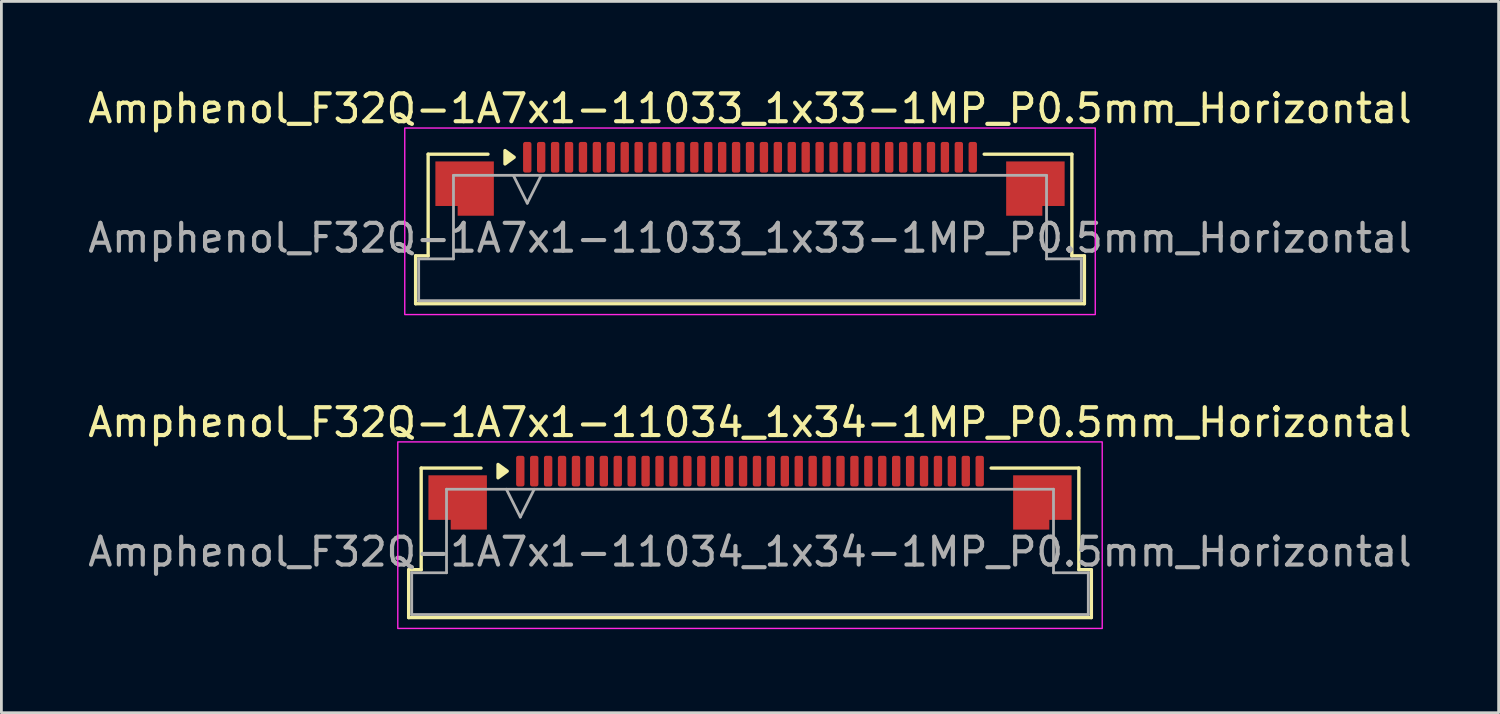
<source format=kicad_pcb>
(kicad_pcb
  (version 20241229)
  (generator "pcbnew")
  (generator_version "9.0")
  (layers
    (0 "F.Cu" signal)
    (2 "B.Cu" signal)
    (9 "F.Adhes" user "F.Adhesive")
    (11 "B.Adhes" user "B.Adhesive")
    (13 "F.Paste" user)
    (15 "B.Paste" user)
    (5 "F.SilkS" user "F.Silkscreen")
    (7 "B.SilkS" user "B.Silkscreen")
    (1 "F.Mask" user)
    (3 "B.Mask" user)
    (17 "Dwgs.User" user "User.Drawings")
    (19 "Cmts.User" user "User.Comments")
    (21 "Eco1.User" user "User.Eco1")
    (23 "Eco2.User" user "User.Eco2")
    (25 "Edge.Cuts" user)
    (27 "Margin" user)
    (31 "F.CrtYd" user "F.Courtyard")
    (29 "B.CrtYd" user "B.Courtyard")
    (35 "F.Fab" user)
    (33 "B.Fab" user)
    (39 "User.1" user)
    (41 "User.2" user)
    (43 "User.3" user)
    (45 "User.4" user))
  (footprint "Amphenol_F32Q-1A7x1-11034_1x34-1MP_P0.5mm_Horizontal"
    (layer "F.Cu")
    (at 23.887 16.771)
    (property "Reference" "Amphenol_F32Q-1A7x1-11034_1x34-1MP_P0.5mm_Horizontal" (at 0 -4.65 0) (layer "F.SilkS") (effects (font (size 1 1) (thickness 0.15))))
    (attr smd)
    (fp_line (start -12.26 0.64) (end -11.81 0.64) (stroke (width 0.12) (type solid)) (layer "F.SilkS"))
    (fp_line (start -12.26 2.36) (end -12.26 0.64) (stroke (width 0.12) (type solid)) (layer "F.SilkS"))
    (fp_line (start -11.81 -3.01) (end -9.66 -3.01) (stroke (width 0.12) (type solid)) (layer "F.SilkS"))
    (fp_line (start -11.81 0.64) (end -11.81 -3.01) (stroke (width 0.12) (type solid)) (layer "F.SilkS"))
    (fp_line (start 8.66 -3.01) (end 11.81 -3.01) (stroke (width 0.12) (type solid)) (layer "F.SilkS"))
    (fp_line (start 11.81 -3.01) (end 11.81 0.64) (stroke (width 0.12) (type solid)) (layer "F.SilkS"))
    (fp_line (start 11.81 0.64) (end 12.26 0.64) (stroke (width 0.12) (type solid)) (layer "F.SilkS"))
    (fp_line (start 12.26 0.64) (end 12.26 2.36) (stroke (width 0.12) (type solid)) (layer "F.SilkS"))
    (fp_line (start 12.26 2.36) (end -12.26 2.36) (stroke (width 0.12) (type solid)) (layer "F.SilkS"))
    (fp_poly (pts (xy -8.72 -2.9) (xy -9.05 -2.66) (xy -9.05 -3.14)) (stroke (width 0.12) (type solid)) (fill yes) (layer "F.SilkS"))
    (fp_rect (start -12.65 -3.95) (end 12.65 2.75) (stroke (width 0.05) (type solid)) (fill no) (layer "F.CrtYd"))
    (fp_line (start -12.15 0.75) (end -10.9 0.75) (stroke (width 0.1) (type solid)) (layer "F.Fab"))
    (fp_line (start -12.15 2.25) (end -12.15 0.75) (stroke (width 0.1) (type solid)) (layer "F.Fab"))
    (fp_line (start -10.9 -2.25) (end 10.9 -2.25) (stroke (width 0.1) (type solid)) (layer "F.Fab"))
    (fp_line (start -10.9 0.75) (end -10.9 -2.25) (stroke (width 0.1) (type solid)) (layer "F.Fab"))
    (fp_line (start -8.75 -2.25) (end -8.25 -1.25) (stroke (width 0.1) (type solid)) (layer "F.Fab"))
    (fp_line (start -8.25 -1.25) (end -7.75 -2.25) (stroke (width 0.1) (type solid)) (layer "F.Fab"))
    (fp_line (start 10.9 -2.25) (end 10.9 0.75) (stroke (width 0.1) (type solid)) (layer "F.Fab"))
    (fp_line (start 10.9 0.75) (end 12.15 0.75) (stroke (width 0.1) (type solid)) (layer "F.Fab"))
    (fp_line (start 12.15 0.75) (end 12.15 2.25) (stroke (width 0.1) (type solid)) (layer "F.Fab"))
    (fp_line (start 12.15 2.25) (end -12.15 2.25) (stroke (width 0.1) (type solid)) (layer "F.Fab"))
    (fp_text user "${REFERENCE}" (at 0 0 0) (layer "F.Fab") (effects (font (size 1 1) (thickness 0.15))))
    (pad "1" smd roundrect (at -8.25 -2.9) (size 0.3 1.1) (layers "F.Cu" "F.Mask" "F.Paste") (roundrect_rratio 0.25))
    (pad "2" smd roundrect (at -7.75 -2.9) (size 0.3 1.1) (layers "F.Cu" "F.Mask" "F.Paste") (roundrect_rratio 0.25))
    (pad "3" smd roundrect (at -7.25 -2.9) (size 0.3 1.1) (layers "F.Cu" "F.Mask" "F.Paste") (roundrect_rratio 0.25))
    (pad "4" smd roundrect (at -6.75 -2.9) (size 0.3 1.1) (layers "F.Cu" "F.Mask" "F.Paste") (roundrect_rratio 0.25))
    (pad "5" smd roundrect (at -6.25 -2.9) (size 0.3 1.1) (layers "F.Cu" "F.Mask" "F.Paste") (roundrect_rratio 0.25))
    (pad "6" smd roundrect (at -5.75 -2.9) (size 0.3 1.1) (layers "F.Cu" "F.Mask" "F.Paste") (roundrect_rratio 0.25))
    (pad "7" smd roundrect (at -5.25 -2.9) (size 0.3 1.1) (layers "F.Cu" "F.Mask" "F.Paste") (roundrect_rratio 0.25))
    (pad "8" smd roundrect (at -4.75 -2.9) (size 0.3 1.1) (layers "F.Cu" "F.Mask" "F.Paste") (roundrect_rratio 0.25))
    (pad "9" smd roundrect (at -4.25 -2.9) (size 0.3 1.1) (layers "F.Cu" "F.Mask" "F.Paste") (roundrect_rratio 0.25))
    (pad "10" smd roundrect (at -3.75 -2.9) (size 0.3 1.1) (layers "F.Cu" "F.Mask" "F.Paste") (roundrect_rratio 0.25))
    (pad "11" smd roundrect (at -3.25 -2.9) (size 0.3 1.1) (layers "F.Cu" "F.Mask" "F.Paste") (roundrect_rratio 0.25))
    (pad "12" smd roundrect (at -2.75 -2.9) (size 0.3 1.1) (layers "F.Cu" "F.Mask" "F.Paste") (roundrect_rratio 0.25))
    (pad "13" smd roundrect (at -2.25 -2.9) (size 0.3 1.1) (layers "F.Cu" "F.Mask" "F.Paste") (roundrect_rratio 0.25))
    (pad "14" smd roundrect (at -1.75 -2.9) (size 0.3 1.1) (layers "F.Cu" "F.Mask" "F.Paste") (roundrect_rratio 0.25))
    (pad "15" smd roundrect (at -1.25 -2.9) (size 0.3 1.1) (layers "F.Cu" "F.Mask" "F.Paste") (roundrect_rratio 0.25))
    (pad "16" smd roundrect (at -0.75 -2.9) (size 0.3 1.1) (layers "F.Cu" "F.Mask" "F.Paste") (roundrect_rratio 0.25))
    (pad "17" smd roundrect (at -0.25 -2.9) (size 0.3 1.1) (layers "F.Cu" "F.Mask" "F.Paste") (roundrect_rratio 0.25))
    (pad "18" smd roundrect (at 0.25 -2.9) (size 0.3 1.1) (layers "F.Cu" "F.Mask" "F.Paste") (roundrect_rratio 0.25))
    (pad "19" smd roundrect (at 0.75 -2.9) (size 0.3 1.1) (layers "F.Cu" "F.Mask" "F.Paste") (roundrect_rratio 0.25))
    (pad "20" smd roundrect (at 1.25 -2.9) (size 0.3 1.1) (layers "F.Cu" "F.Mask" "F.Paste") (roundrect_rratio 0.25))
    (pad "21" smd roundrect (at 1.75 -2.9) (size 0.3 1.1) (layers "F.Cu" "F.Mask" "F.Paste") (roundrect_rratio 0.25))
    (pad "22" smd roundrect (at 2.25 -2.9) (size 0.3 1.1) (layers "F.Cu" "F.Mask" "F.Paste") (roundrect_rratio 0.25))
    (pad "23" smd roundrect (at 2.75 -2.9) (size 0.3 1.1) (layers "F.Cu" "F.Mask" "F.Paste") (roundrect_rratio 0.25))
    (pad "24" smd roundrect (at 3.25 -2.9) (size 0.3 1.1) (layers "F.Cu" "F.Mask" "F.Paste") (roundrect_rratio 0.25))
    (pad "25" smd roundrect (at 3.75 -2.9) (size 0.3 1.1) (layers "F.Cu" "F.Mask" "F.Paste") (roundrect_rratio 0.25))
    (pad "26" smd roundrect (at 4.25 -2.9) (size 0.3 1.1) (layers "F.Cu" "F.Mask" "F.Paste") (roundrect_rratio 0.25))
    (pad "27" smd roundrect (at 4.75 -2.9) (size 0.3 1.1) (layers "F.Cu" "F.Mask" "F.Paste") (roundrect_rratio 0.25))
    (pad "28" smd roundrect (at 5.25 -2.9) (size 0.3 1.1) (layers "F.Cu" "F.Mask" "F.Paste") (roundrect_rratio 0.25))
    (pad "29" smd roundrect (at 5.75 -2.9) (size 0.3 1.1) (layers "F.Cu" "F.Mask" "F.Paste") (roundrect_rratio 0.25))
    (pad "30" smd roundrect (at 6.25 -2.9) (size 0.3 1.1) (layers "F.Cu" "F.Mask" "F.Paste") (roundrect_rratio 0.25))
    (pad "31" smd roundrect (at 6.75 -2.9) (size 0.3 1.1) (layers "F.Cu" "F.Mask" "F.Paste") (roundrect_rratio 0.25))
    (pad "32" smd roundrect (at 7.25 -2.9) (size 0.3 1.1) (layers "F.Cu" "F.Mask" "F.Paste") (roundrect_rratio 0.25))
    (pad "33" smd roundrect (at 7.75 -2.9) (size 0.3 1.1) (layers "F.Cu" "F.Mask" "F.Paste") (roundrect_rratio 0.25))
    (pad "34" smd roundrect (at 8.25 -2.9) (size 0.3 1.1) (layers "F.Cu" "F.Mask" "F.Paste") (roundrect_rratio 0.25))
    (pad "MP" smd custom (at -10.5 -1.775) (size 1 1) (layers "F.Cu" "F.Mask" "F.Paste") (options (anchor circle)) (primitives (gr_poly (pts (xy 1.05 -0.975) (xy 1.05 0.975) (xy -0.25 0.975) (xy -0.25 0.625) (xy -1.05 0.625) (xy -1.05 -0.975)) (width 0) (fill yes))))
    (pad "MP" smd custom (at 10.5 -1.775) (size 1 1) (layers "F.Cu" "F.Mask" "F.Paste") (options (anchor circle)) (primitives (gr_poly (pts (xy -1.05 -0.975) (xy -1.05 0.975) (xy 0.25 0.975) (xy 0.25 0.625) (xy 1.05 0.625) (xy 1.05 -0.975)) (width 0) (fill yes)))))
  (footprint "Amphenol_F32Q-1A7x1-11033_1x33-1MP_P0.5mm_Horizontal"
    (layer "F.Cu")
    (at 23.887 5.498)
    (property "Reference" "Amphenol_F32Q-1A7x1-11033_1x33-1MP_P0.5mm_Horizontal" (at 0 -4.65 0) (layer "F.SilkS") (effects (font (size 1 1) (thickness 0.15))))
    (attr smd)
    (fp_line (start -12.01 0.64) (end -11.56 0.64) (stroke (width 0.12) (type solid)) (layer "F.SilkS"))
    (fp_line (start -12.01 2.36) (end -12.01 0.64) (stroke (width 0.12) (type solid)) (layer "F.SilkS"))
    (fp_line (start -11.56 -3.01) (end -9.41 -3.01) (stroke (width 0.12) (type solid)) (layer "F.SilkS"))
    (fp_line (start -11.56 0.64) (end -11.56 -3.01) (stroke (width 0.12) (type solid)) (layer "F.SilkS"))
    (fp_line (start 8.41 -3.01) (end 11.56 -3.01) (stroke (width 0.12) (type solid)) (layer "F.SilkS"))
    (fp_line (start 11.56 -3.01) (end 11.56 0.64) (stroke (width 0.12) (type solid)) (layer "F.SilkS"))
    (fp_line (start 11.56 0.64) (end 12.01 0.64) (stroke (width 0.12) (type solid)) (layer "F.SilkS"))
    (fp_line (start 12.01 0.64) (end 12.01 2.36) (stroke (width 0.12) (type solid)) (layer "F.SilkS"))
    (fp_line (start 12.01 2.36) (end -12.01 2.36) (stroke (width 0.12) (type solid)) (layer "F.SilkS"))
    (fp_poly (pts (xy -8.47 -2.9) (xy -8.8 -2.66) (xy -8.8 -3.14)) (stroke (width 0.12) (type solid)) (fill yes) (layer "F.SilkS"))
    (fp_rect (start -12.4 -3.95) (end 12.4 2.75) (stroke (width 0.05) (type solid)) (fill no) (layer "F.CrtYd"))
    (fp_line (start -11.9 0.75) (end -10.65 0.75) (stroke (width 0.1) (type solid)) (layer "F.Fab"))
    (fp_line (start -11.9 2.25) (end -11.9 0.75) (stroke (width 0.1) (type solid)) (layer "F.Fab"))
    (fp_line (start -10.65 -2.25) (end 10.65 -2.25) (stroke (width 0.1) (type solid)) (layer "F.Fab"))
    (fp_line (start -10.65 0.75) (end -10.65 -2.25) (stroke (width 0.1) (type solid)) (layer "F.Fab"))
    (fp_line (start -8.5 -2.25) (end -8 -1.25) (stroke (width 0.1) (type solid)) (layer "F.Fab"))
    (fp_line (start -8 -1.25) (end -7.5 -2.25) (stroke (width 0.1) (type solid)) (layer "F.Fab"))
    (fp_line (start 10.65 -2.25) (end 10.65 0.75) (stroke (width 0.1) (type solid)) (layer "F.Fab"))
    (fp_line (start 10.65 0.75) (end 11.9 0.75) (stroke (width 0.1) (type solid)) (layer "F.Fab"))
    (fp_line (start 11.9 0.75) (end 11.9 2.25) (stroke (width 0.1) (type solid)) (layer "F.Fab"))
    (fp_line (start 11.9 2.25) (end -11.9 2.25) (stroke (width 0.1) (type solid)) (layer "F.Fab"))
    (fp_text user "${REFERENCE}" (at 0 0 0) (layer "F.Fab") (effects (font (size 1 1) (thickness 0.15))))
    (pad "1" smd roundrect (at -8 -2.9) (size 0.3 1.1) (layers "F.Cu" "F.Mask" "F.Paste") (roundrect_rratio 0.25))
    (pad "2" smd roundrect (at -7.5 -2.9) (size 0.3 1.1) (layers "F.Cu" "F.Mask" "F.Paste") (roundrect_rratio 0.25))
    (pad "3" smd roundrect (at -7 -2.9) (size 0.3 1.1) (layers "F.Cu" "F.Mask" "F.Paste") (roundrect_rratio 0.25))
    (pad "4" smd roundrect (at -6.5 -2.9) (size 0.3 1.1) (layers "F.Cu" "F.Mask" "F.Paste") (roundrect_rratio 0.25))
    (pad "5" smd roundrect (at -6 -2.9) (size 0.3 1.1) (layers "F.Cu" "F.Mask" "F.Paste") (roundrect_rratio 0.25))
    (pad "6" smd roundrect (at -5.5 -2.9) (size 0.3 1.1) (layers "F.Cu" "F.Mask" "F.Paste") (roundrect_rratio 0.25))
    (pad "7" smd roundrect (at -5 -2.9) (size 0.3 1.1) (layers "F.Cu" "F.Mask" "F.Paste") (roundrect_rratio 0.25))
    (pad "8" smd roundrect (at -4.5 -2.9) (size 0.3 1.1) (layers "F.Cu" "F.Mask" "F.Paste") (roundrect_rratio 0.25))
    (pad "9" smd roundrect (at -4 -2.9) (size 0.3 1.1) (layers "F.Cu" "F.Mask" "F.Paste") (roundrect_rratio 0.25))
    (pad "10" smd roundrect (at -3.5 -2.9) (size 0.3 1.1) (layers "F.Cu" "F.Mask" "F.Paste") (roundrect_rratio 0.25))
    (pad "11" smd roundrect (at -3 -2.9) (size 0.3 1.1) (layers "F.Cu" "F.Mask" "F.Paste") (roundrect_rratio 0.25))
    (pad "12" smd roundrect (at -2.5 -2.9) (size 0.3 1.1) (layers "F.Cu" "F.Mask" "F.Paste") (roundrect_rratio 0.25))
    (pad "13" smd roundrect (at -2 -2.9) (size 0.3 1.1) (layers "F.Cu" "F.Mask" "F.Paste") (roundrect_rratio 0.25))
    (pad "14" smd roundrect (at -1.5 -2.9) (size 0.3 1.1) (layers "F.Cu" "F.Mask" "F.Paste") (roundrect_rratio 0.25))
    (pad "15" smd roundrect (at -1 -2.9) (size 0.3 1.1) (layers "F.Cu" "F.Mask" "F.Paste") (roundrect_rratio 0.25))
    (pad "16" smd roundrect (at -0.5 -2.9) (size 0.3 1.1) (layers "F.Cu" "F.Mask" "F.Paste") (roundrect_rratio 0.25))
    (pad "17" smd roundrect (at 0 -2.9) (size 0.3 1.1) (layers "F.Cu" "F.Mask" "F.Paste") (roundrect_rratio 0.25))
    (pad "18" smd roundrect (at 0.5 -2.9) (size 0.3 1.1) (layers "F.Cu" "F.Mask" "F.Paste") (roundrect_rratio 0.25))
    (pad "19" smd roundrect (at 1 -2.9) (size 0.3 1.1) (layers "F.Cu" "F.Mask" "F.Paste") (roundrect_rratio 0.25))
    (pad "20" smd roundrect (at 1.5 -2.9) (size 0.3 1.1) (layers "F.Cu" "F.Mask" "F.Paste") (roundrect_rratio 0.25))
    (pad "21" smd roundrect (at 2 -2.9) (size 0.3 1.1) (layers "F.Cu" "F.Mask" "F.Paste") (roundrect_rratio 0.25))
    (pad "22" smd roundrect (at 2.5 -2.9) (size 0.3 1.1) (layers "F.Cu" "F.Mask" "F.Paste") (roundrect_rratio 0.25))
    (pad "23" smd roundrect (at 3 -2.9) (size 0.3 1.1) (layers "F.Cu" "F.Mask" "F.Paste") (roundrect_rratio 0.25))
    (pad "24" smd roundrect (at 3.5 -2.9) (size 0.3 1.1) (layers "F.Cu" "F.Mask" "F.Paste") (roundrect_rratio 0.25))
    (pad "25" smd roundrect (at 4 -2.9) (size 0.3 1.1) (layers "F.Cu" "F.Mask" "F.Paste") (roundrect_rratio 0.25))
    (pad "26" smd roundrect (at 4.5 -2.9) (size 0.3 1.1) (layers "F.Cu" "F.Mask" "F.Paste") (roundrect_rratio 0.25))
    (pad "27" smd roundrect (at 5 -2.9) (size 0.3 1.1) (layers "F.Cu" "F.Mask" "F.Paste") (roundrect_rratio 0.25))
    (pad "28" smd roundrect (at 5.5 -2.9) (size 0.3 1.1) (layers "F.Cu" "F.Mask" "F.Paste") (roundrect_rratio 0.25))
    (pad "29" smd roundrect (at 6 -2.9) (size 0.3 1.1) (layers "F.Cu" "F.Mask" "F.Paste") (roundrect_rratio 0.25))
    (pad "30" smd roundrect (at 6.5 -2.9) (size 0.3 1.1) (layers "F.Cu" "F.Mask" "F.Paste") (roundrect_rratio 0.25))
    (pad "31" smd roundrect (at 7 -2.9) (size 0.3 1.1) (layers "F.Cu" "F.Mask" "F.Paste") (roundrect_rratio 0.25))
    (pad "32" smd roundrect (at 7.5 -2.9) (size 0.3 1.1) (layers "F.Cu" "F.Mask" "F.Paste") (roundrect_rratio 0.25))
    (pad "33" smd roundrect (at 8 -2.9) (size 0.3 1.1) (layers "F.Cu" "F.Mask" "F.Paste") (roundrect_rratio 0.25))
    (pad "MP" smd custom (at -10.25 -1.775) (size 1 1) (layers "F.Cu" "F.Mask" "F.Paste") (options (anchor circle)) (primitives (gr_poly (pts (xy 1.05 -0.975) (xy 1.05 0.975) (xy -0.25 0.975) (xy -0.25 0.625) (xy -1.05 0.625) (xy -1.05 -0.975)) (width 0) (fill yes))))
    (pad "MP" smd custom (at 10.25 -1.775) (size 1 1) (layers "F.Cu" "F.Mask" "F.Paste") (options (anchor circle)) (primitives (gr_poly (pts (xy -1.05 -0.975) (xy -1.05 0.975) (xy 0.25 0.975) (xy 0.25 0.625) (xy 1.05 0.625) (xy 1.05 -0.975)) (width 0) (fill yes)))))
  (gr_rect
    (start -3 -3)
    (end 50.774 22.547)
    (stroke (width 0.1) (type default))
    (fill no)
    (layer "Edge.Cuts")))
</source>
